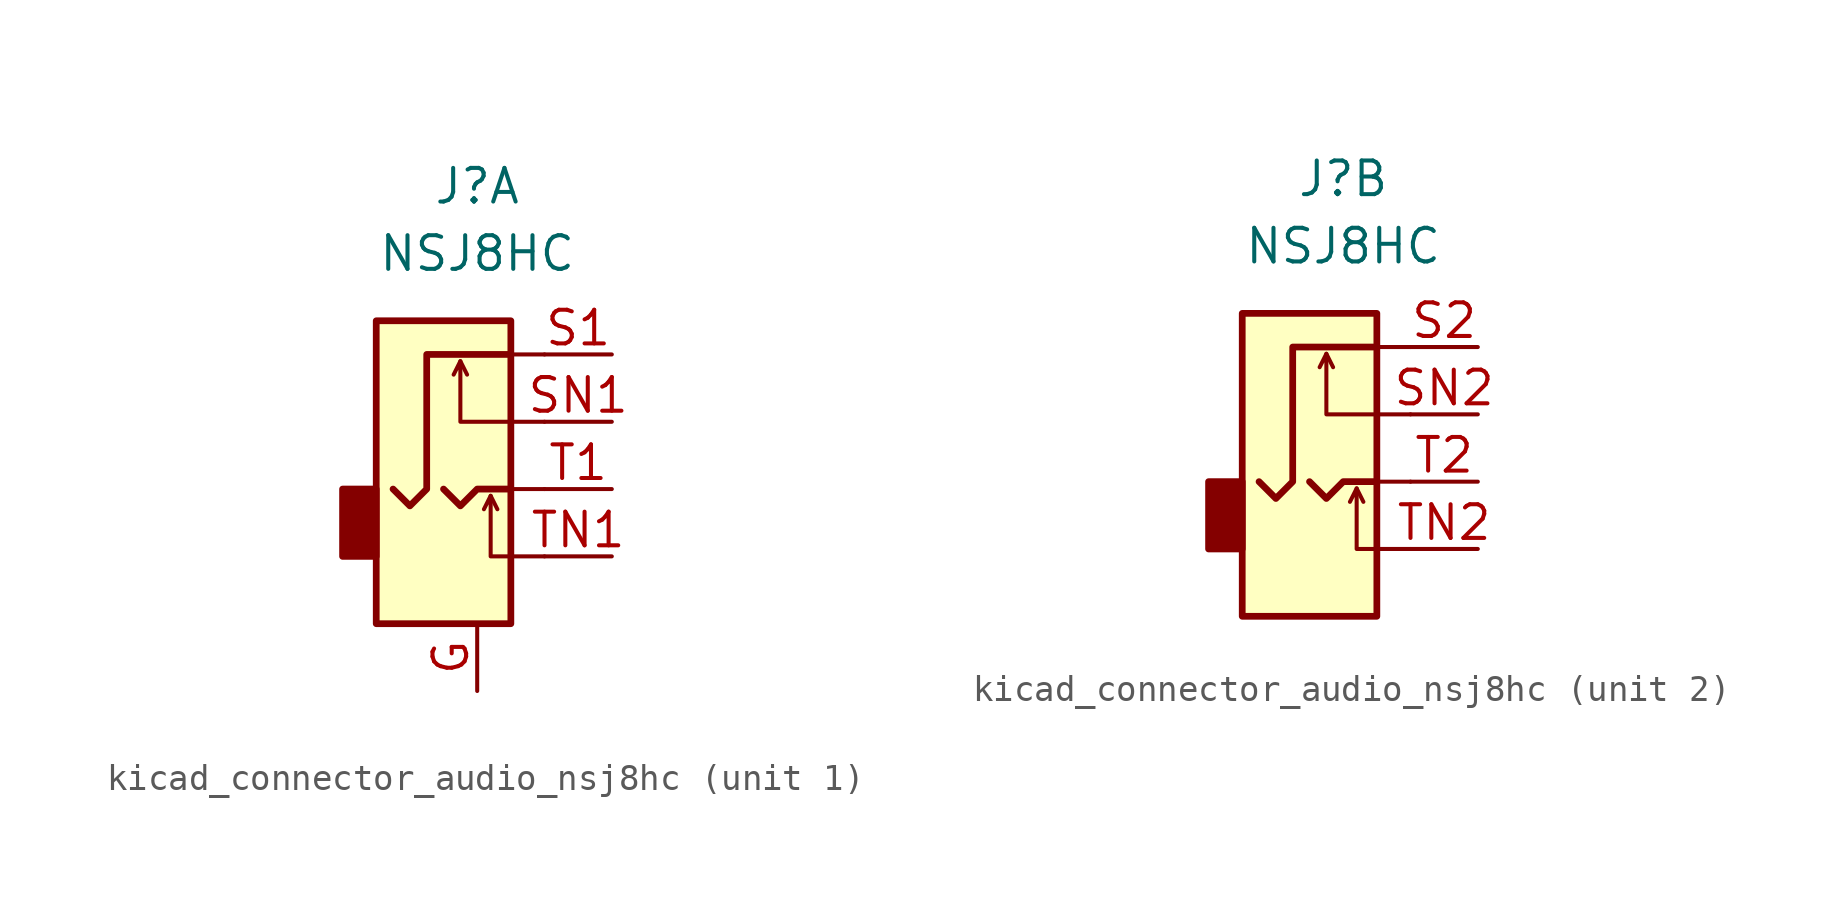
<source format=kicad_sym>
(kicad_symbol_lib
  (version 20220914)
  (generator kicad_symbol_editor)
  (symbol "kicad_connector_audio_nsj8hc"
    (property "Reference" "J"
      (at 0 11.43 0)
      (effects (font (size 1.27 1.27))))
    (property "Value" "NSJ8HC"
      (at 0 8.89 0)
      (effects (font (size 1.27 1.27))))
    (symbol "kicad_connector_audio_nsj8hc_0_1"
      (rectangle (start -5.08 0) (end -3.81 -2.54) (stroke (width 0.254) (type default)) (fill (type outline)))
      (polyline (pts (xy -0.635 4.826) (xy -0.381 4.318)) (stroke (width 0) (type default)) (fill (type none)))
      (polyline (pts (xy 0.508 -0.254) (xy 0.762 -0.762)) (stroke (width 0) (type default)) (fill (type none)))
      (polyline (pts (xy 1.27 -2.54) (xy 2.54 -2.54)) (stroke (width 0) (type default)) (fill (type none)))
      (polyline (pts (xy 1.27 2.54) (xy 2.54 2.54)) (stroke (width 0) (type default)) (fill (type none)))
      (polyline (pts (xy 2.54 0) (xy 1.27 0)) (stroke (width 0) (type default)) (fill (type none)))
      (polyline (pts (xy 2.54 5.08) (xy 1.27 5.08)) (stroke (width 0) (type default)) (fill (type none)))
      (polyline (pts (xy -1.27 0) (xy -0.635 -0.635) (xy 0 0) (xy 1.27 0)) (stroke (width 0.254) (type default)) (fill (type none)))
      (polyline (pts (xy 1.27 -2.54) (xy 0.508 -2.54) (xy 0.508 -0.254) (xy 0.254 -0.762)) (stroke (width 0) (type default)) (fill (type none)))
      (polyline (pts (xy 1.27 2.54) (xy -0.635 2.54) (xy -0.635 4.826) (xy -0.889 4.318)) (stroke (width 0) (type default)) (fill (type none)))
      (polyline (pts (xy 1.27 5.08) (xy -1.905 5.08) (xy -1.905 0) (xy -2.54 -0.635) (xy -3.175 0)) (stroke (width 0.254) (type default)) (fill (type none)))
      (rectangle (start 1.27 6.35) (end -3.81 -5.08) (stroke (width 0.254) (type default)) (fill (type background))))
    (symbol "kicad_connector_audio_nsj8hc_1_1"
      (pin passive line (at 0 -7.62 90) (length 2.54) (name "~" (effects (font (size 1.27 1.27)))) (number "G" (effects (font (size 1.27 1.27)))))
      (pin passive line (at 5.08 5.08 180) (length 2.54) (name "~" (effects (font (size 1.27 1.27)))) (number "S1" (effects (font (size 1.27 1.27)))))
      (pin passive line (at 5.08 2.54 180) (length 2.54) (name "~" (effects (font (size 1.27 1.27)))) (number "SN1" (effects (font (size 1.27 1.27)))))
      (pin passive line (at 5.08 0 180) (length 2.54) (name "~" (effects (font (size 1.27 1.27)))) (number "T1" (effects (font (size 1.27 1.27)))))
      (pin passive line (at 5.08 -2.54 180) (length 2.54) (name "~" (effects (font (size 1.27 1.27)))) (number "TN1" (effects (font (size 1.27 1.27))))))
    (symbol "kicad_connector_audio_nsj8hc_2_1"
      (pin passive line (at 5.08 5.08 180) (length 2.54) (name "~" (effects (font (size 1.27 1.27)))) (number "S2" (effects (font (size 1.27 1.27)))))
      (pin passive line (at 5.08 2.54 180) (length 2.54) (name "~" (effects (font (size 1.27 1.27)))) (number "SN2" (effects (font (size 1.27 1.27)))))
      (pin passive line (at 5.08 0 180) (length 2.54) (name "~" (effects (font (size 1.27 1.27)))) (number "T2" (effects (font (size 1.27 1.27)))))
      (pin passive line (at 5.08 -2.54 180) (length 2.54) (name "~" (effects (font (size 1.27 1.27)))) (number "TN2" (effects (font (size 1.27 1.27))))))))
</source>
